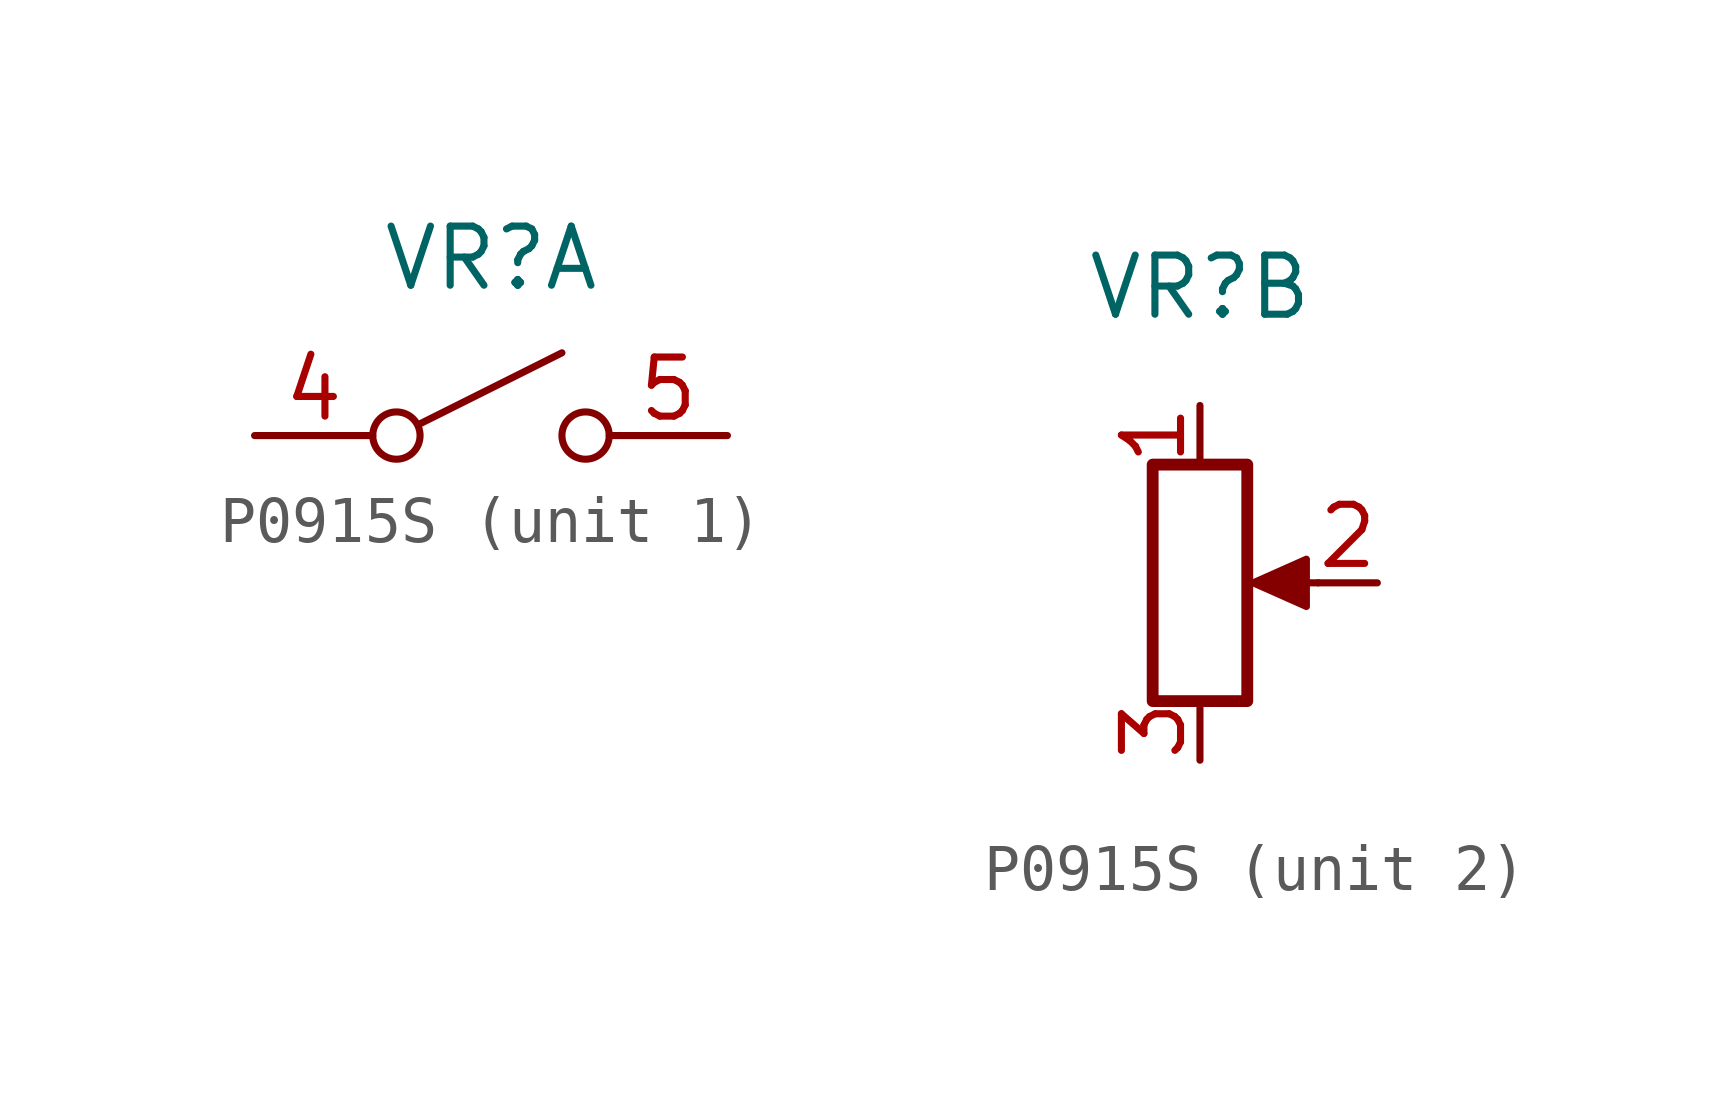
<source format=kicad_sym>
(kicad_symbol_lib
  (version 20220914)
  (generator kicad_symbol_editor)
  (symbol "P0915S"
    (pin_names
      (offset 0) hide)
    (property "Reference" "VR"
      (at 0 1.27 0)
      (effects (font (size 1.27 1.27))))
    (property "Value" ""
      (at 0 0 0)
      (effects (font (size 1.27 1.27))))
    (symbol "P0915S_1_0"
      (circle (center -2.032 -2.54) (radius 0.508) (stroke (width 0) (type default)) (fill (type none)))
      (polyline (pts (xy -1.524 -2.286) (xy 1.524 -0.762)) (stroke (width 0) (type default)) (fill (type none)))
      (circle (center 2.032 -2.54) (radius 0.508) (stroke (width 0) (type default)) (fill (type none))))
    (symbol "P0915S_1_1"
      (pin passive line (at -5.08 -2.54 0) (length 2.54) (name "A" (effects (font (size 1.27 1.27)))) (number "4" (effects (font (size 1.27 1.27)))))
      (pin passive line (at 5.08 -2.54 180) (length 2.54) (name "B" (effects (font (size 1.27 1.27)))) (number "5" (effects (font (size 1.27 1.27))))))
    (symbol "P0915S_2_1"
      (rectangle (start -1.016 -2.54) (end 1.016 -7.62) (stroke (width 0.254) (type default)) (fill (type none)))
      (polyline (pts (xy 2.54 -5.08) (xy 1.524 -5.08)) (stroke (width 0) (type default)) (fill (type none)))
      (polyline (pts (xy 1.143 -5.08) (xy 2.286 -4.572) (xy 2.286 -5.588) (xy 1.143 -5.08)) (stroke (width 0) (type default)) (fill (type outline)))
      (pin passive line (at 0 -1.27 270) (length 1.27) (name "1" (effects (font (size 1.27 1.27)))) (number "1" (effects (font (size 1.27 1.27)))))
      (pin passive line (at 3.81 -5.08 180) (length 1.27) (name "2" (effects (font (size 1.27 1.27)))) (number "2" (effects (font (size 1.27 1.27)))))
      (pin passive line (at 0 -8.89 90) (length 1.27) (name "3" (effects (font (size 1.27 1.27)))) (number "3" (effects (font (size 1.27 1.27))))))))
</source>
